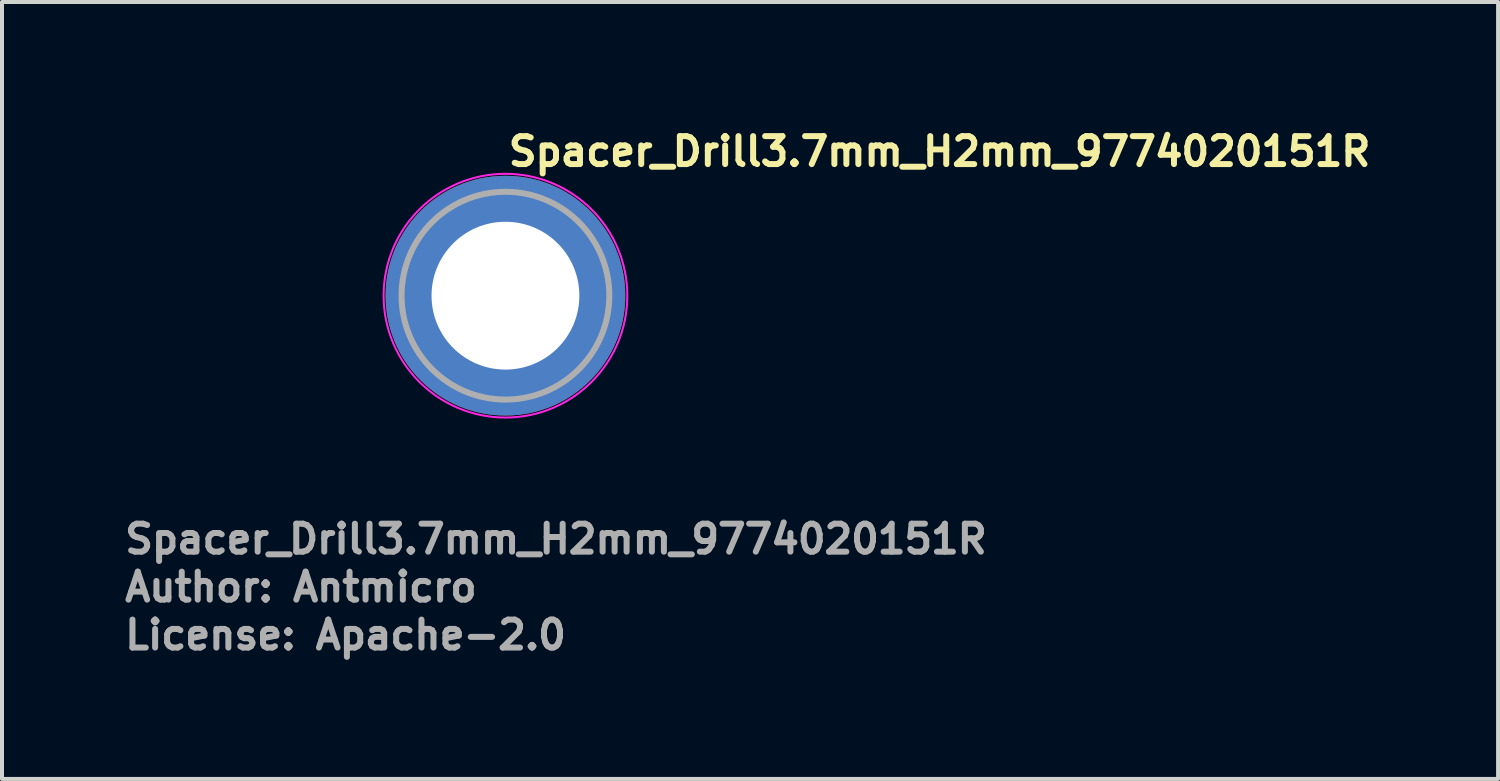
<source format=kicad_pcb>
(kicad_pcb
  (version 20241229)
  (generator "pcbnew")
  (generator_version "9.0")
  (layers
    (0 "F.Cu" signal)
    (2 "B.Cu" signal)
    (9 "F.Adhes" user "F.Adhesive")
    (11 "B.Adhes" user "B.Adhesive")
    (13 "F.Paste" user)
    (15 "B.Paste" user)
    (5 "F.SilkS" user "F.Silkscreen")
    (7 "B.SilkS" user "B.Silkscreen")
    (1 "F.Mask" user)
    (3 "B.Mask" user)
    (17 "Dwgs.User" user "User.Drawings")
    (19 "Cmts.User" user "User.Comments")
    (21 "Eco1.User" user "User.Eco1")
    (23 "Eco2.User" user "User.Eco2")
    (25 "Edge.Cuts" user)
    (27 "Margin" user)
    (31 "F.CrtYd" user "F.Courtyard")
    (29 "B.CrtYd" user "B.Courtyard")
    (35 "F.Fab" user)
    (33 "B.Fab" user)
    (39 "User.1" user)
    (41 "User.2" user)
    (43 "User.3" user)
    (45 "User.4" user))
  (footprint "Spacer_Drill3.7mm_H2mm_9774020151R"
    (layer "F.Cu")
    (at 9.6 4.35)
    (property "Reference" "Spacer_Drill3.7mm_H2mm_9774020151R" (at 0 -3.2 0) (layer "F.SilkS") (effects (font (size 0.7 0.7) (thickness 0.15)) (justify left bottom)))
    (attr smd)
    (fp_circle (center 0 0) (end 3.05 0) (stroke (width 0.05) (type solid)) (fill no) (layer "F.CrtYd"))
    (fp_circle (center 0 0) (end 2.6 0) (stroke (width 0.15) (type solid)) (fill no) (layer "F.Fab"))
    (fp_circle (center 0 0) (end 2.6 0) (stroke (width 0.1) (type solid)) (fill no) (layer "User.5"))
    (fp_circle (center 0 0) (end 1 0) (stroke (width 0.02) (type default)) (fill no) (layer "User.9"))
    (fp_circle (center 0 0) (end 2.55 0) (stroke (width 0.02) (type default)) (fill no) (layer "User.9"))
    (fp_text user "${REFERENCE}" (at -9.6 6.5 0) (layer "F.Fab") (effects (font (size 0.7 0.7) (thickness 0.15)) (justify left bottom)))
    (fp_text user "Author: Antmicro" (at -9.6 7.7 0) (layer "F.Fab") (effects (font (size 0.7 0.7) (thickness 0.15)) (justify left bottom)))
    (fp_text user "License: Apache-2.0" (at -9.6 8.9 0) (layer "F.Fab") (effects (font (size 0.7 0.7) (thickness 0.15)) (justify left bottom)))
    (pad "" smd custom (at -1.7 -1.7) (size 0.62 0.62) (layers "F.Paste") (options (anchor circle)) (primitives (gr_arc (start -0.250195 1.279127) (mid 0.285453 0.294389) (end 1.266786 -0.24747) (width 0.2)) (gr_arc (start -0.34334 1.279127) (mid 0.218448 0.232561) (end 1.259603 -0.339191) (width 0.2)) (gr_arc (start -0.436309 1.279127) (mid 0.152481 0.169693) (end 1.255279 -0.431435) (width 0.2)) (gr_arc (start -0.529126 1.279127) (mid 0.087542 0.105784) (end 1.253811 -0.524161) (width 0.2)) (gr_arc (start -0.621807 1.279127) (mid 0.0309 0.033527) (end 1.275473 -0.621136) (width 0.2)) (gr_arc (start -0.71437 1.279127) (mid -0.037758 -0.026651) (end 1.263664 -0.711602) (width 0.2)) (gr_arc (start -0.806826 1.279127) (mid -0.105837 -0.087395) (end 1.253435 -0.802342) (width 0.2)) (gr_arc (start -0.899187 1.279127) (mid -0.165236 -0.156885) (end 1.267475 -0.897258) (width 0.2)) (gr_arc (start -0.991463 1.279127) (mid -0.228522 -0.222449) (end 1.270645 -0.990112) (width 0.2)) (gr_arc (start -1.083663 1.279127) (mid -0.294507 -0.285313) (end 1.266278 -1.081674) (width 0.2)) (gr_line (start 1.279 -0.25) (end 1.279 -1.084) (width 0.2)) (gr_line (start -0.25 1.279) (end -1.084 1.279) (width 0.2))))
    (pad "" smd custom (at -1.7 1.7 90) (size 0.62 0.62) (layers "F.Paste") (options (anchor circle)) (primitives (gr_arc (start -0.250195 1.279127) (mid 0.285453 0.294389) (end 1.266786 -0.24747) (width 0.2)) (gr_arc (start -0.34334 1.279127) (mid 0.218448 0.232561) (end 1.259603 -0.339191) (width 0.2)) (gr_arc (start -0.436309 1.279127) (mid 0.152481 0.169693) (end 1.255279 -0.431435) (width 0.2)) (gr_arc (start -0.529126 1.279127) (mid 0.087542 0.105784) (end 1.253811 -0.524161) (width 0.2)) (gr_arc (start -0.621807 1.279127) (mid 0.0309 0.033527) (end 1.275473 -0.621136) (width 0.2)) (gr_arc (start -0.71437 1.279127) (mid -0.037758 -0.026651) (end 1.263664 -0.711602) (width 0.2)) (gr_arc (start -0.806826 1.279127) (mid -0.105837 -0.087395) (end 1.253435 -0.802342) (width 0.2)) (gr_arc (start -0.899187 1.279127) (mid -0.165236 -0.156885) (end 1.267475 -0.897258) (width 0.2)) (gr_arc (start -0.991463 1.279127) (mid -0.228522 -0.222449) (end 1.270645 -0.990112) (width 0.2)) (gr_arc (start -1.083663 1.279127) (mid -0.294507 -0.285313) (end 1.266278 -1.081674) (width 0.2)) (gr_line (start 1.279 -0.25) (end 1.279 -1.084) (width 0.2)) (gr_line (start -0.25 1.279) (end -1.084 1.279) (width 0.2))))
    (pad "" smd custom (at 1.7 -1.7 270) (size 0.62 0.62) (layers "F.Paste") (options (anchor circle)) (primitives (gr_arc (start -0.250195 1.279127) (mid 0.285453 0.294389) (end 1.266786 -0.24747) (width 0.2)) (gr_arc (start -0.34334 1.279127) (mid 0.218448 0.232561) (end 1.259603 -0.339191) (width 0.2)) (gr_arc (start -0.436309 1.279127) (mid 0.152481 0.169693) (end 1.255279 -0.431435) (width 0.2)) (gr_arc (start -0.529126 1.279127) (mid 0.087542 0.105784) (end 1.253811 -0.524161) (width 0.2)) (gr_arc (start -0.621807 1.279127) (mid 0.0309 0.033527) (end 1.275473 -0.621136) (width 0.2)) (gr_arc (start -0.71437 1.279127) (mid -0.037758 -0.026651) (end 1.263664 -0.711602) (width 0.2)) (gr_arc (start -0.806826 1.279127) (mid -0.105837 -0.087395) (end 1.253435 -0.802342) (width 0.2)) (gr_arc (start -0.899187 1.279127) (mid -0.165236 -0.156885) (end 1.267475 -0.897258) (width 0.2)) (gr_arc (start -0.991463 1.279127) (mid -0.228522 -0.222449) (end 1.270645 -0.990112) (width 0.2)) (gr_arc (start -1.083663 1.279127) (mid -0.294507 -0.285313) (end 1.266278 -1.081674) (width 0.2)) (gr_line (start 1.279 -0.25) (end 1.279 -1.084) (width 0.2)) (gr_line (start -0.25 1.279) (end -1.084 1.279) (width 0.2))))
    (pad "" smd custom (at 1.7 1.7 180) (size 0.62 0.62) (layers "F.Paste") (options (anchor circle)) (primitives (gr_arc (start -0.250195 1.279127) (mid 0.285453 0.294389) (end 1.266786 -0.24747) (width 0.2)) (gr_arc (start -0.34334 1.279127) (mid 0.218448 0.232561) (end 1.259603 -0.339191) (width 0.2)) (gr_arc (start -0.436309 1.279127) (mid 0.152481 0.169693) (end 1.255279 -0.431435) (width 0.2)) (gr_arc (start -0.529126 1.279127) (mid 0.087542 0.105784) (end 1.253811 -0.524161) (width 0.2)) (gr_arc (start -0.621807 1.279127) (mid 0.0309 0.033527) (end 1.275473 -0.621136) (width 0.2)) (gr_arc (start -0.71437 1.279127) (mid -0.037758 -0.026651) (end 1.263664 -0.711602) (width 0.2)) (gr_arc (start -0.806826 1.279127) (mid -0.105837 -0.087395) (end 1.253435 -0.802342) (width 0.2)) (gr_arc (start -0.899187 1.279127) (mid -0.165236 -0.156885) (end 1.267475 -0.897258) (width 0.2)) (gr_arc (start -0.991463 1.279127) (mid -0.228522 -0.222449) (end 1.270645 -0.990112) (width 0.2)) (gr_arc (start -1.083663 1.279127) (mid -0.294507 -0.285313) (end 1.266278 -1.081674) (width 0.2)) (gr_line (start 1.279 -0.25) (end 1.279 -1.084) (width 0.2)) (gr_line (start -0.25 1.279) (end -1.084 1.279) (width 0.2))))
    (pad "1" thru_hole circle (at 0 0) (size 6 6) (drill 3.7) (layers "*.Cu" "*.Mask")))
  (gr_rect
    (start -3 -3)
    (end 34.443 16.445)
    (stroke (width 0.1) (type default))
    (fill no)
    (layer "Edge.Cuts")))
</source>
